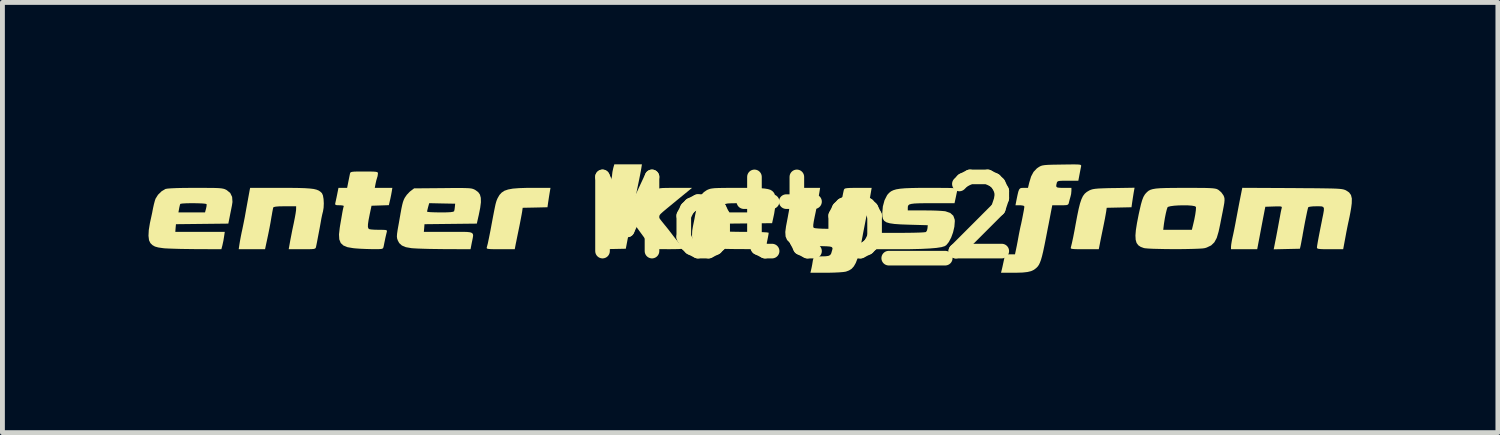
<source format=kicad_pcb>
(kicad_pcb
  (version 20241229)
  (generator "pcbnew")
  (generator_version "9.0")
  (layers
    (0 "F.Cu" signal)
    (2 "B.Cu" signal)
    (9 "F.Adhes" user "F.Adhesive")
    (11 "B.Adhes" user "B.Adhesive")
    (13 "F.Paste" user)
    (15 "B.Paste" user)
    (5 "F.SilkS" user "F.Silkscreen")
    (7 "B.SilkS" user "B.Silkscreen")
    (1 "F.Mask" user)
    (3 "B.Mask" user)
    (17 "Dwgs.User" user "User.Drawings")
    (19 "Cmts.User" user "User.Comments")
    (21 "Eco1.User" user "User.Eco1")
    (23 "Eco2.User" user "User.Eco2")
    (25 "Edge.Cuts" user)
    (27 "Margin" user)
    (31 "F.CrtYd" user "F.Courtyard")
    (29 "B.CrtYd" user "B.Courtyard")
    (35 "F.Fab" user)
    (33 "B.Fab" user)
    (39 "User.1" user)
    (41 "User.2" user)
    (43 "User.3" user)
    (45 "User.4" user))
  (footprint "Motto_2"
    (layer "F.Cu")
    (at 13.39 1.418)
    (property "Reference" "Motto_2" (at 0 0 0) (layer "F.SilkS") (effects (font (size 1.524 1.524) (thickness 0.3))))
    (attr board_only exclude_from_pos_files exclude_from_bom)
    (fp_poly (pts (xy 6.846 -0.511) (xy 6.832 -0.423) (xy 6.818 -0.332) (xy 6.815 -0.311) (xy 6.801 -0.211) (xy 6.292 -0.2) (xy 6.28 -0.116) (xy 6.27 -0.059) (xy 6.255 0.025) (xy 6.235 0.124) (xy 6.222 0.189) (xy 6.2 0.296) (xy 6.178 0.403) (xy 6.16 0.493) (xy 6.153 0.53) (xy 6.129 0.651) (xy 5.836 0.651) (xy 5.72 0.651) (xy 5.64 0.649) (xy 5.589 0.645) (xy 5.562 0.639) (xy 5.553 0.628) (xy 5.555 0.615) (xy 5.576 0.531) (xy 5.603 0.407) (xy 5.635 0.242) (xy 5.652 0.147) (xy 5.686 -0.034) (xy 5.716 -0.178) (xy 5.744 -0.29) (xy 5.773 -0.376) (xy 5.804 -0.441) (xy 5.84 -0.489) (xy 5.882 -0.525) (xy 5.933 -0.555) (xy 5.936 -0.557) (xy 5.969 -0.571) (xy 6.007 -0.582) (xy 6.057 -0.59) (xy 6.124 -0.596) (xy 6.216 -0.6) (xy 6.34 -0.604) (xy 6.441 -0.605) (xy 6.864 -0.612)) (stroke (width 0) (type solid)) (fill yes) (layer "F.SilkS"))
    (fp_poly (pts (xy -5.15 -0.509) (xy -5.164 -0.422) (xy -5.178 -0.33) (xy -5.181 -0.311) (xy -5.195 -0.211) (xy -5.449 -0.205) (xy -5.704 -0.2) (xy -5.716 -0.116) (xy -5.726 -0.059) (xy -5.742 0.025) (xy -5.761 0.124) (xy -5.774 0.189) (xy -5.796 0.296) (xy -5.818 0.403) (xy -5.836 0.493) (xy -5.844 0.53) (xy -5.867 0.651) (xy -6.16 0.651) (xy -6.276 0.651) (xy -6.356 0.649) (xy -6.407 0.645) (xy -6.434 0.639) (xy -6.443 0.628) (xy -6.442 0.615) (xy -6.421 0.536) (xy -6.396 0.417) (xy -6.365 0.261) (xy -6.346 0.158) (xy -6.317 0.003) (xy -6.294 -0.116) (xy -6.276 -0.206) (xy -6.262 -0.272) (xy -6.249 -0.32) (xy -6.237 -0.356) (xy -6.224 -0.386) (xy -6.218 -0.399) (xy -6.181 -0.463) (xy -6.136 -0.512) (xy -6.079 -0.55) (xy -6.003 -0.576) (xy -5.905 -0.594) (xy -5.777 -0.604) (xy -5.616 -0.609) (xy -5.517 -0.609) (xy -5.133 -0.609)) (stroke (width 0) (type solid)) (fill yes) (layer "F.SilkS"))
    (fp_poly (pts (xy -10.472 -0.609) (xy -10.31 -0.607) (xy -10.18 -0.603) (xy -10.078 -0.596) (xy -10 -0.587) (xy -9.941 -0.573) (xy -9.896 -0.555) (xy -9.861 -0.532) (xy -9.831 -0.504) (xy -9.827 -0.499) (xy -9.807 -0.454) (xy -9.794 -0.38) (xy -9.789 -0.291) (xy -9.793 -0.201) (xy -9.806 -0.123) (xy -9.809 -0.113) (xy -9.822 -0.061) (xy -9.838 0.015) (xy -9.852 0.095) (xy -9.874 0.217) (xy -9.902 0.363) (xy -9.931 0.516) (xy -9.949 0.604) (xy -9.955 0.623) (xy -9.967 0.636) (xy -9.993 0.645) (xy -10.039 0.649) (xy -10.112 0.651) (xy -10.22 0.651) (xy -10.235 0.651) (xy -10.51 0.651) (xy -10.494 0.562) (xy -10.476 0.461) (xy -10.457 0.364) (xy -10.436 0.256) (xy -10.408 0.125) (xy -10.402 0.095) (xy -10.383 -0.001) (xy -10.368 -0.086) (xy -10.359 -0.15) (xy -10.358 -0.173) (xy -10.357 -0.231) (xy -10.589 -0.231) (xy -10.701 -0.23) (xy -10.775 -0.224) (xy -10.816 -0.215) (xy -10.828 -0.205) (xy -10.835 -0.172) (xy -10.847 -0.111) (xy -10.86 -0.034) (xy -10.861 -0.032) (xy -10.882 0.094) (xy -10.903 0.207) (xy -10.927 0.327) (xy -10.957 0.469) (xy -10.959 0.478) (xy -10.996 0.651) (xy -11.537 0.651) (xy -11.522 0.551) (xy -11.511 0.484) (xy -11.494 0.392) (xy -11.474 0.293) (xy -11.467 0.263) (xy -11.446 0.162) (xy -11.426 0.062) (xy -11.41 -0.019) (xy -11.407 -0.037) (xy -11.381 -0.183) (xy -11.352 -0.342) (xy -11.334 -0.441) (xy -11.322 -0.506) (xy -11.312 -0.561) (xy -11.312 -0.562) (xy -11.302 -0.609) (xy -10.673 -0.609)) (stroke (width 0) (type solid)) (fill yes) (layer "F.SilkS"))
    (fp_poly (pts (xy -12.255 -0.609) (xy -12.123 -0.608) (xy -12.023 -0.607) (xy -11.948 -0.604) (xy -11.894 -0.599) (xy -11.854 -0.592) (xy -11.824 -0.583) (xy -11.798 -0.571) (xy -11.783 -0.563) (xy -11.711 -0.504) (xy -11.672 -0.423) (xy -11.665 -0.319) (xy -11.676 -0.247) (xy -11.693 -0.162) (xy -11.713 -0.063) (xy -11.724 -0.006) (xy -11.75 0.125) (xy -12.288 0.131) (xy -12.826 0.137) (xy -12.833 0.215) (xy -12.839 0.294) (xy -11.823 0.294) (xy -11.838 0.394) (xy -11.851 0.475) (xy -11.868 0.553) (xy -11.872 0.572) (xy -11.893 0.651) (xy -12.422 0.649) (xy -12.576 0.647) (xy -12.725 0.645) (xy -12.859 0.641) (xy -12.972 0.637) (xy -13.056 0.633) (xy -13.092 0.629) (xy -13.189 0.615) (xy -13.257 0.596) (xy -13.308 0.567) (xy -13.351 0.525) (xy -13.379 0.467) (xy -13.39 0.375) (xy -13.384 0.257) (xy -13.361 0.116) (xy -13.355 0.088) (xy -13.333 -0.012) (xy -13.313 -0.105) (xy -12.775 -0.105) (xy -12.229 -0.105) (xy -12.208 -0.182) (xy -12.197 -0.236) (xy -12.196 -0.273) (xy -12.198 -0.276) (xy -12.222 -0.283) (xy -12.278 -0.289) (xy -12.356 -0.292) (xy -12.446 -0.294) (xy -12.539 -0.294) (xy -12.624 -0.292) (xy -12.691 -0.288) (xy -12.731 -0.282) (xy -12.738 -0.278) (xy -12.747 -0.249) (xy -12.759 -0.196) (xy -12.761 -0.184) (xy -12.775 -0.105) (xy -13.313 -0.105) (xy -13.31 -0.122) (xy -13.297 -0.189) (xy -13.279 -0.271) (xy -13.259 -0.346) (xy -13.244 -0.389) (xy -13.194 -0.468) (xy -13.12 -0.54) (xy -13.04 -0.587) (xy -12.999 -0.594) (xy -12.92 -0.6) (xy -12.807 -0.605) (xy -12.662 -0.608) (xy -12.491 -0.609) (xy -12.423 -0.609)) (stroke (width 0) (type solid)) (fill yes) (layer "F.SilkS"))
    (fp_poly (pts (xy -6.931 -0.606) (xy -6.852 -0.604) (xy -6.795 -0.601) (xy -6.753 -0.595) (xy -6.723 -0.587) (xy -6.697 -0.576) (xy -6.672 -0.562) (xy -6.618 -0.522) (xy -6.582 -0.471) (xy -6.564 -0.404) (xy -6.562 -0.314) (xy -6.577 -0.197) (xy -6.607 -0.047) (xy -6.612 -0.027) (xy -6.646 0.125) (xy -7.721 0.137) (xy -7.727 0.215) (xy -7.734 0.294) (xy -7.228 0.294) (xy -7.066 0.294) (xy -6.941 0.294) (xy -6.849 0.296) (xy -6.785 0.303) (xy -6.746 0.317) (xy -6.727 0.339) (xy -6.722 0.372) (xy -6.729 0.418) (xy -6.741 0.478) (xy -6.749 0.515) (xy -6.775 0.651) (xy -7.311 0.649) (xy -7.466 0.647) (xy -7.615 0.645) (xy -7.751 0.641) (xy -7.866 0.637) (xy -7.952 0.632) (xy -7.99 0.629) (xy -8.104 0.609) (xy -8.185 0.575) (xy -8.24 0.525) (xy -8.269 0.471) (xy -8.283 0.431) (xy -8.288 0.388) (xy -8.284 0.332) (xy -8.272 0.25) (xy -8.266 0.216) (xy -8.248 0.117) (xy -8.231 0.019) (xy -8.217 -0.06) (xy -8.215 -0.074) (xy -8.206 -0.121) (xy -7.668 -0.121) (xy -7.649 -0.115) (xy -7.595 -0.11) (xy -7.514 -0.107) (xy -7.415 -0.105) (xy -7.395 -0.105) (xy -7.272 -0.106) (xy -7.188 -0.11) (xy -7.136 -0.118) (xy -7.113 -0.128) (xy -7.112 -0.131) (xy -7.103 -0.17) (xy -7.097 -0.221) (xy -7.091 -0.284) (xy -7.357 -0.289) (xy -7.624 -0.295) (xy -7.646 -0.216) (xy -7.66 -0.161) (xy -7.668 -0.125) (xy -7.668 -0.121) (xy -8.206 -0.121) (xy -8.195 -0.183) (xy -8.178 -0.262) (xy -8.163 -0.319) (xy -8.146 -0.365) (xy -8.128 -0.403) (xy -8.085 -0.466) (xy -8.027 -0.527) (xy -8.012 -0.54) (xy -7.934 -0.599) (xy -7.344 -0.604) (xy -7.171 -0.606) (xy -7.035 -0.606)) (stroke (width 0) (type solid)) (fill yes) (layer "F.SilkS"))
    (fp_poly (pts (xy 2.82 -0.609) (xy 2.954 -0.608) (xy 3.056 -0.607) (xy 3.128 -0.605) (xy 3.177 -0.601) (xy 3.207 -0.595) (xy 3.221 -0.588) (xy 3.225 -0.578) (xy 3.225 -0.572) (xy 3.217 -0.532) (xy 3.203 -0.468) (xy 3.192 -0.415) (xy 3.166 -0.294) (xy 2.711 -0.294) (xy 2.553 -0.294) (xy 2.431 -0.292) (xy 2.342 -0.288) (xy 2.28 -0.28) (xy 2.24 -0.269) (xy 2.218 -0.252) (xy 2.208 -0.228) (xy 2.206 -0.198) (xy 2.206 -0.195) (xy 2.206 -0.147) (xy 2.547 -0.146) (xy 2.671 -0.145) (xy 2.786 -0.142) (xy 2.884 -0.137) (xy 2.955 -0.131) (xy 2.979 -0.128) (xy 3.078 -0.094) (xy 3.141 -0.037) (xy 3.17 0.043) (xy 3.172 0.076) (xy 3.163 0.189) (xy 3.136 0.305) (xy 3.097 0.412) (xy 3.049 0.503) (xy 2.997 0.567) (xy 2.965 0.588) (xy 2.899 0.608) (xy 2.795 0.624) (xy 2.653 0.636) (xy 2.471 0.645) (xy 2.249 0.65) (xy 2.043 0.651) (xy 1.534 0.651) (xy 1.534 0.605) (xy 1.538 0.56) (xy 1.549 0.491) (xy 1.559 0.437) (xy 1.584 0.315) (xy 2.068 0.315) (xy 2.208 0.314) (xy 2.334 0.312) (xy 2.441 0.309) (xy 2.521 0.305) (xy 2.569 0.3) (xy 2.58 0.297) (xy 2.601 0.265) (xy 2.611 0.219) (xy 2.616 0.158) (xy 2.227 0.147) (xy 2.06 0.141) (xy 1.931 0.132) (xy 1.835 0.118) (xy 1.767 0.098) (xy 1.722 0.068) (xy 1.696 0.028) (xy 1.684 -0.025) (xy 1.682 -0.088) (xy 1.694 -0.228) (xy 1.728 -0.354) (xy 1.779 -0.455) (xy 1.79 -0.471) (xy 1.824 -0.508) (xy 1.862 -0.538) (xy 1.909 -0.561) (xy 1.969 -0.579) (xy 2.049 -0.592) (xy 2.151 -0.601) (xy 2.282 -0.606) (xy 2.445 -0.609) (xy 2.645 -0.609) (xy 2.648 -0.609)) (stroke (width 0) (type solid)) (fill yes) (layer "F.SilkS"))
    (fp_poly (pts (xy -8.846 -0.945) (xy -8.767 -0.943) (xy -8.718 -0.939) (xy -8.691 -0.932) (xy -8.679 -0.921) (xy -8.677 -0.905) (xy -8.684 -0.852) (xy -8.695 -0.815) (xy -8.711 -0.761) (xy -8.726 -0.694) (xy -8.727 -0.688) (xy -8.742 -0.609) (xy -8.381 -0.609) (xy -8.394 -0.53) (xy -8.407 -0.459) (xy -8.424 -0.377) (xy -8.43 -0.353) (xy -8.453 -0.254) (xy -8.631 -0.248) (xy -8.809 -0.242) (xy -8.847 -0.063) (xy -8.87 0.055) (xy -8.882 0.138) (xy -8.883 0.193) (xy -8.873 0.225) (xy -8.854 0.239) (xy -8.818 0.245) (xy -8.752 0.25) (xy -8.671 0.252) (xy -8.652 0.252) (xy -8.568 0.253) (xy -8.519 0.256) (xy -8.496 0.264) (xy -8.492 0.28) (xy -8.496 0.299) (xy -8.508 0.348) (xy -8.524 0.417) (xy -8.531 0.452) (xy -8.546 0.523) (xy -8.558 0.584) (xy -8.563 0.604) (xy -8.569 0.624) (xy -8.582 0.638) (xy -8.61 0.646) (xy -8.66 0.649) (xy -8.74 0.649) (xy -8.808 0.649) (xy -8.922 0.646) (xy -9.038 0.641) (xy -9.139 0.634) (xy -9.187 0.629) (xy -9.303 0.609) (xy -9.386 0.575) (xy -9.441 0.524) (xy -9.471 0.449) (xy -9.477 0.347) (xy -9.462 0.213) (xy -9.455 0.168) (xy -9.438 0.07) (xy -9.42 -0.034) (xy -9.41 -0.093) (xy -9.397 -0.162) (xy -9.385 -0.214) (xy -9.378 -0.235) (xy -9.39 -0.245) (xy -9.433 -0.251) (xy -9.466 -0.252) (xy -9.525 -0.254) (xy -9.551 -0.262) (xy -9.556 -0.283) (xy -9.552 -0.299) (xy -9.542 -0.345) (xy -9.527 -0.415) (xy -9.514 -0.478) (xy -9.488 -0.609) (xy -9.31 -0.609) (xy -9.286 -0.73) (xy -9.271 -0.805) (xy -9.258 -0.869) (xy -9.252 -0.898) (xy -9.247 -0.917) (xy -9.235 -0.93) (xy -9.21 -0.938) (xy -9.165 -0.943) (xy -9.094 -0.945) (xy -8.988 -0.945) (xy -8.96 -0.945)) (stroke (width 0) (type solid)) (fill yes) (layer "F.SilkS"))
    (fp_poly (pts (xy 8.082 -0.609) (xy 8.223 -0.608) (xy 8.332 -0.607) (xy 8.414 -0.604) (xy 8.474 -0.6) (xy 8.517 -0.594) (xy 8.548 -0.587) (xy 8.572 -0.576) (xy 8.588 -0.567) (xy 8.645 -0.518) (xy 8.689 -0.457) (xy 8.691 -0.453) (xy 8.704 -0.422) (xy 8.711 -0.391) (xy 8.712 -0.353) (xy 8.707 -0.298) (xy 8.693 -0.22) (xy 8.672 -0.11) (xy 8.668 -0.091) (xy 8.645 0.024) (xy 8.624 0.132) (xy 8.605 0.223) (xy 8.591 0.286) (xy 8.589 0.294) (xy 8.552 0.419) (xy 8.503 0.509) (xy 8.437 0.573) (xy 8.347 0.616) (xy 8.309 0.628) (xy 8.262 0.635) (xy 8.181 0.64) (xy 8.071 0.644) (xy 7.942 0.647) (xy 7.8 0.649) (xy 7.651 0.649) (xy 7.505 0.648) (xy 7.367 0.645) (xy 7.245 0.642) (xy 7.146 0.637) (xy 7.078 0.631) (xy 7.056 0.627) (xy 6.99 0.603) (xy 6.941 0.57) (xy 6.906 0.523) (xy 6.887 0.458) (xy 6.882 0.37) (xy 6.891 0.257) (xy 6.892 0.252) (xy 7.453 0.252) (xy 8.041 0.252) (xy 8.063 0.163) (xy 8.091 0.043) (xy 8.111 -0.063) (xy 8.123 -0.149) (xy 8.126 -0.206) (xy 8.123 -0.22) (xy 8.097 -0.234) (xy 8.04 -0.244) (xy 7.959 -0.25) (xy 7.866 -0.251) (xy 7.769 -0.249) (xy 7.679 -0.243) (xy 7.604 -0.233) (xy 7.555 -0.22) (xy 7.541 -0.21) (xy 7.525 -0.162) (xy 7.506 -0.085) (xy 7.487 0.009) (xy 7.471 0.108) (xy 7.466 0.142) (xy 7.453 0.252) (xy 6.892 0.252) (xy 6.914 0.113) (xy 6.949 -0.066) (xy 6.967 -0.147) (xy 6.995 -0.269) (xy 7.021 -0.359) (xy 7.046 -0.423) (xy 7.074 -0.471) (xy 7.09 -0.491) (xy 7.12 -0.523) (xy 7.151 -0.549) (xy 7.189 -0.569) (xy 7.239 -0.584) (xy 7.304 -0.595) (xy 7.39 -0.602) (xy 7.503 -0.606) (xy 7.645 -0.608) (xy 7.823 -0.609) (xy 7.904 -0.609)) (stroke (width 0) (type solid)) (fill yes) (layer "F.SilkS"))
    (fp_poly (pts (xy -1.085 -0.609) (xy -0.936 -0.607) (xy -0.82 -0.603) (xy -0.731 -0.595) (xy -0.665 -0.584) (xy -0.616 -0.569) (xy -0.581 -0.548) (xy -0.554 -0.522) (xy -0.535 -0.495) (xy -0.515 -0.435) (xy -0.509 -0.341) (xy -0.516 -0.222) (xy -0.538 -0.082) (xy -0.553 -0.011) (xy -0.581 0.116) (xy -1.655 0.127) (xy -1.668 0.192) (xy -1.673 0.243) (xy -1.669 0.275) (xy -1.669 0.275) (xy -1.645 0.281) (xy -1.586 0.285) (xy -1.496 0.289) (xy -1.382 0.292) (xy -1.25 0.294) (xy -1.154 0.294) (xy -1.002 0.295) (xy -0.872 0.297) (xy -0.768 0.301) (xy -0.694 0.305) (xy -0.656 0.311) (xy -0.651 0.314) (xy -0.655 0.344) (xy -0.665 0.4) (xy -0.674 0.445) (xy -0.689 0.518) (xy -0.702 0.58) (xy -0.706 0.604) (xy -0.715 0.651) (xy -1.245 0.648) (xy -1.4 0.647) (xy -1.55 0.644) (xy -1.686 0.641) (xy -1.801 0.637) (xy -1.888 0.633) (xy -1.924 0.63) (xy -2.031 0.615) (xy -2.105 0.594) (xy -2.157 0.563) (xy -2.194 0.52) (xy -2.217 0.462) (xy -2.226 0.375) (xy -2.222 0.273) (xy -2.207 0.183) (xy -2.193 0.113) (xy -2.175 0.025) (xy -2.163 -0.042) (xy -2.15 -0.105) (xy -1.621 -0.105) (xy -1.055 -0.105) (xy -1.045 -0.184) (xy -1.041 -0.239) (xy -1.043 -0.275) (xy -1.044 -0.278) (xy -1.067 -0.285) (xy -1.124 -0.29) (xy -1.206 -0.293) (xy -1.301 -0.294) (xy -1.414 -0.293) (xy -1.493 -0.289) (xy -1.544 -0.278) (xy -1.575 -0.258) (xy -1.593 -0.225) (xy -1.605 -0.178) (xy -1.606 -0.173) (xy -1.621 -0.105) (xy -2.15 -0.105) (xy -2.131 -0.197) (xy -2.101 -0.317) (xy -2.067 -0.406) (xy -2.029 -0.473) (xy -1.981 -0.523) (xy -1.923 -0.562) (xy -1.911 -0.568) (xy -1.883 -0.58) (xy -1.853 -0.59) (xy -1.814 -0.597) (xy -1.76 -0.603) (xy -1.688 -0.606) (xy -1.59 -0.608) (xy -1.462 -0.609) (xy -1.298 -0.609) (xy -1.271 -0.609)) (stroke (width 0) (type solid)) (fill yes) (layer "F.SilkS"))
    (fp_poly (pts (xy 0.391 -0.52) (xy 0.377 -0.438) (xy 0.361 -0.349) (xy 0.34 -0.241) (xy 0.313 -0.107) (xy 0.295 -0.023) (xy 0.275 0.078) (xy 0.265 0.146) (xy 0.264 0.187) (xy 0.272 0.208) (xy 0.277 0.213) (xy 0.309 0.22) (xy 0.372 0.226) (xy 0.457 0.23) (xy 0.519 0.231) (xy 0.734 0.231) (xy 0.753 0.152) (xy 0.766 0.09) (xy 0.783 0.006) (xy 0.797 -0.074) (xy 0.818 -0.192) (xy 0.84 -0.309) (xy 0.861 -0.415) (xy 0.878 -0.501) (xy 0.891 -0.559) (xy 0.895 -0.572) (xy 0.904 -0.588) (xy 0.924 -0.598) (xy 0.962 -0.604) (xy 1.025 -0.608) (xy 1.119 -0.609) (xy 1.185 -0.609) (xy 1.464 -0.609) (xy 1.447 -0.509) (xy 1.427 -0.396) (xy 1.405 -0.277) (xy 1.379 -0.139) (xy 1.347 0.021) (xy 1.326 0.129) (xy 1.305 0.237) (xy 1.287 0.329) (xy 1.28 0.368) (xy 1.243 0.561) (xy 1.209 0.716) (xy 1.174 0.839) (xy 1.138 0.933) (xy 1.098 1.003) (xy 1.053 1.053) (xy 0.999 1.087) (xy 0.935 1.111) (xy 0.935 1.111) (xy 0.884 1.119) (xy 0.801 1.126) (xy 0.696 1.131) (xy 0.579 1.134) (xy 0.528 1.134) (xy 0.206 1.134) (xy 0.219 1.08) (xy 0.233 1.017) (xy 0.244 0.959) (xy 0.257 0.878) (xy 0.271 0.83) (xy 0.294 0.807) (xy 0.337 0.799) (xy 0.408 0.798) (xy 0.426 0.798) (xy 0.518 0.796) (xy 0.576 0.788) (xy 0.611 0.771) (xy 0.631 0.742) (xy 0.638 0.72) (xy 0.651 0.676) (xy 0.66 0.643) (xy 0.658 0.62) (xy 0.641 0.605) (xy 0.604 0.596) (xy 0.541 0.591) (xy 0.449 0.588) (xy 0.321 0.586) (xy 0.267 0.585) (xy -0.14 0.578) (xy -0.216 0.52) (xy -0.274 0.461) (xy -0.304 0.39) (xy -0.31 0.297) (xy -0.295 0.182) (xy -0.277 0.088) (xy -0.258 -0.012) (xy -0.249 -0.063) (xy -0.233 -0.147) (xy -0.217 -0.229) (xy -0.21 -0.263) (xy -0.196 -0.331) (xy -0.178 -0.417) (xy -0.167 -0.478) (xy -0.141 -0.609) (xy 0.405 -0.609)) (stroke (width 0) (type solid)) (fill yes) (layer "F.SilkS"))
    (fp_poly (pts (xy 5.685 -1.09) (xy 5.731 -1.087) (xy 5.756 -1.081) (xy 5.766 -1.072) (xy 5.767 -1.059) (xy 5.767 -1.057) (xy 5.759 -1.017) (xy 5.746 -0.951) (xy 5.734 -0.888) (xy 5.709 -0.756) (xy 5.493 -0.756) (xy 5.396 -0.756) (xy 5.333 -0.753) (xy 5.296 -0.747) (xy 5.277 -0.735) (xy 5.267 -0.716) (xy 5.266 -0.709) (xy 5.255 -0.66) (xy 5.259 -0.63) (xy 5.285 -0.615) (xy 5.341 -0.61) (xy 5.41 -0.609) (xy 5.567 -0.609) (xy 5.567 -0.549) (xy 5.561 -0.483) (xy 5.548 -0.429) (xy 5.529 -0.362) (xy 5.516 -0.31) (xy 5.508 -0.281) (xy 5.493 -0.264) (xy 5.463 -0.255) (xy 5.407 -0.252) (xy 5.339 -0.252) (xy 5.174 -0.252) (xy 5.15 -0.131) (xy 5.136 -0.057) (xy 5.117 0.042) (xy 5.096 0.151) (xy 5.084 0.21) (xy 5.046 0.407) (xy 5.014 0.568) (xy 4.987 0.696) (xy 4.963 0.796) (xy 4.941 0.872) (xy 4.919 0.93) (xy 4.898 0.973) (xy 4.875 1.006) (xy 4.848 1.034) (xy 4.848 1.034) (xy 4.798 1.073) (xy 4.739 1.101) (xy 4.664 1.119) (xy 4.565 1.13) (xy 4.434 1.134) (xy 4.377 1.134) (xy 4.121 1.134) (xy 4.138 1.066) (xy 4.152 1.006) (xy 4.169 0.927) (xy 4.18 0.877) (xy 4.205 0.756) (xy 4.408 0.756) (xy 4.429 0.657) (xy 4.445 0.58) (xy 4.463 0.486) (xy 4.475 0.42) (xy 4.491 0.333) (xy 4.508 0.249) (xy 4.518 0.2) (xy 4.537 0.118) (xy 4.556 0.026) (xy 4.574 -0.066) (xy 4.589 -0.145) (xy 4.598 -0.203) (xy 4.601 -0.226) (xy 4.581 -0.244) (xy 4.523 -0.252) (xy 4.509 -0.252) (xy 4.418 -0.252) (xy 4.437 -0.352) (xy 4.459 -0.459) (xy 4.476 -0.531) (xy 4.493 -0.575) (xy 4.514 -0.599) (xy 4.542 -0.608) (xy 4.582 -0.609) (xy 4.586 -0.609) (xy 4.675 -0.609) (xy 4.7 -0.714) (xy 4.739 -0.843) (xy 4.789 -0.937) (xy 4.855 -1.007) (xy 4.881 -1.026) (xy 4.911 -1.045) (xy 4.941 -1.06) (xy 4.975 -1.07) (xy 5.022 -1.077) (xy 5.087 -1.082) (xy 5.178 -1.085) (xy 5.301 -1.087) (xy 5.37 -1.088) (xy 5.51 -1.09) (xy 5.613 -1.091)) (stroke (width 0) (type solid)) (fill yes) (layer "F.SilkS"))
    (fp_poly (pts (xy 10.101 -0.605) (xy 10.335 -0.603) (xy 10.531 -0.602) (xy 10.693 -0.6) (xy 10.824 -0.598) (xy 10.928 -0.596) (xy 11.009 -0.593) (xy 11.071 -0.589) (xy 11.117 -0.584) (xy 11.151 -0.578) (xy 11.177 -0.57) (xy 11.198 -0.562) (xy 11.208 -0.557) (xy 11.27 -0.516) (xy 11.309 -0.463) (xy 11.327 -0.391) (xy 11.325 -0.292) (xy 11.313 -0.198) (xy 11.297 -0.105) (xy 11.28 -0.017) (xy 11.266 0.048) (xy 11.265 0.055) (xy 11.253 0.108) (xy 11.236 0.19) (xy 11.216 0.291) (xy 11.197 0.394) (xy 11.149 0.651) (xy 10.879 0.651) (xy 10.766 0.651) (xy 10.689 0.648) (xy 10.641 0.643) (xy 10.617 0.634) (xy 10.61 0.621) (xy 10.61 0.62) (xy 10.614 0.581) (xy 10.627 0.503) (xy 10.648 0.389) (xy 10.677 0.241) (xy 10.713 0.061) (xy 10.716 0.043) (xy 10.739 -0.068) (xy 10.752 -0.144) (xy 10.753 -0.192) (xy 10.738 -0.218) (xy 10.705 -0.229) (xy 10.652 -0.231) (xy 10.6 -0.231) (xy 10.523 -0.229) (xy 10.464 -0.222) (xy 10.433 -0.213) (xy 10.432 -0.212) (xy 10.423 -0.183) (xy 10.408 -0.119) (xy 10.389 -0.027) (xy 10.366 0.086) (xy 10.342 0.215) (xy 10.317 0.352) (xy 10.315 0.368) (xy 10.299 0.452) (xy 10.285 0.528) (xy 10.275 0.578) (xy 10.26 0.641) (xy 9.991 0.647) (xy 9.722 0.653) (xy 9.736 0.584) (xy 9.75 0.512) (xy 9.77 0.412) (xy 9.792 0.296) (xy 9.814 0.178) (xy 9.834 0.069) (xy 9.85 -0.017) (xy 9.854 -0.039) (xy 9.867 -0.11) (xy 9.88 -0.17) (xy 9.886 -0.192) (xy 9.889 -0.212) (xy 9.879 -0.224) (xy 9.849 -0.229) (xy 9.789 -0.229) (xy 9.724 -0.227) (xy 9.55 -0.221) (xy 9.535 -0.147) (xy 9.524 -0.089) (xy 9.506 0.003) (xy 9.483 0.124) (xy 9.456 0.267) (xy 9.426 0.426) (xy 9.41 0.509) (xy 9.383 0.651) (xy 8.845 0.651) (xy 8.845 0.598) (xy 8.85 0.549) (xy 8.862 0.477) (xy 8.875 0.414) (xy 8.892 0.338) (xy 8.913 0.236) (xy 8.935 0.123) (xy 8.95 0.042) (xy 8.978 -0.106) (xy 9.006 -0.254) (xy 9.033 -0.392) (xy 9.056 -0.507) (xy 9.067 -0.563) (xy 9.077 -0.61)) (stroke (width 0) (type solid)) (fill yes) (layer "F.SilkS"))
    (fp_poly (pts (xy -3.267 -1.014) (xy -3.278 -0.952) (xy -3.294 -0.868) (xy -3.31 -0.788) (xy -3.343 -0.629) (xy -3.371 -0.489) (xy -3.394 -0.372) (xy -3.412 -0.282) (xy -3.422 -0.225) (xy -3.424 -0.206) (xy -3.411 -0.19) (xy -3.379 -0.199) (xy -3.358 -0.215) (xy -3.33 -0.24) (xy -3.28 -0.285) (xy -3.214 -0.342) (xy -3.173 -0.378) (xy -3.099 -0.443) (xy -3.031 -0.502) (xy -2.979 -0.547) (xy -2.963 -0.562) (xy -2.941 -0.58) (xy -2.916 -0.592) (xy -2.882 -0.601) (xy -2.831 -0.606) (xy -2.756 -0.608) (xy -2.651 -0.609) (xy -2.568 -0.609) (xy -2.225 -0.609) (xy -2.536 -0.355) (xy -2.66 -0.253) (xy -2.755 -0.175) (xy -2.824 -0.117) (xy -2.871 -0.074) (xy -2.898 -0.042) (xy -2.908 -0.017) (xy -2.904 0.004) (xy -2.889 0.026) (xy -2.867 0.052) (xy -2.856 0.067) (xy -2.814 0.119) (xy -2.784 0.157) (xy -2.774 0.168) (xy -2.757 0.189) (xy -2.721 0.234) (xy -2.673 0.296) (xy -2.658 0.315) (xy -2.609 0.38) (xy -2.569 0.431) (xy -2.545 0.459) (xy -2.543 0.462) (xy -2.52 0.489) (xy -2.486 0.533) (xy -2.452 0.581) (xy -2.425 0.621) (xy -2.416 0.639) (xy -2.436 0.643) (xy -2.49 0.647) (xy -2.572 0.649) (xy -2.674 0.65) (xy -2.726 0.65) (xy -3.036 0.648) (xy -3.177 0.455) (xy -3.241 0.367) (xy -3.304 0.281) (xy -3.356 0.209) (xy -3.382 0.173) (xy -3.421 0.124) (xy -3.452 0.096) (xy -3.464 0.093) (xy -3.472 0.103) (xy -3.481 0.125) (xy -3.492 0.166) (xy -3.506 0.231) (xy -3.525 0.325) (xy -3.55 0.453) (xy -3.558 0.494) (xy -3.586 0.641) (xy -3.873 0.647) (xy -3.977 0.648) (xy -4.064 0.647) (xy -4.127 0.645) (xy -4.158 0.642) (xy -4.16 0.64) (xy -4.156 0.615) (xy -4.146 0.56) (xy -4.132 0.487) (xy -4.13 0.477) (xy -4.114 0.391) (xy -4.093 0.281) (xy -4.07 0.162) (xy -4.055 0.084) (xy -4.034 -0.029) (xy -4.012 -0.142) (xy -3.992 -0.241) (xy -3.981 -0.294) (xy -3.961 -0.392) (xy -3.941 -0.503) (xy -3.927 -0.578) (xy -3.912 -0.662) (xy -3.896 -0.737) (xy -3.884 -0.786) (xy -3.87 -0.846) (xy -3.866 -0.891) (xy -3.86 -0.94) (xy -3.846 -1.004) (xy -3.844 -1.014) (xy -3.822 -1.092) (xy -3.255 -1.092)) (stroke (width 0) (type solid)) (fill yes) (layer "F.SilkS")))
  (gr_rect
    (start -3 -3)
    (end 27.717 5.836)
    (stroke (width 0.1) (type default))
    (fill no)
    (layer "Edge.Cuts")))
</source>
